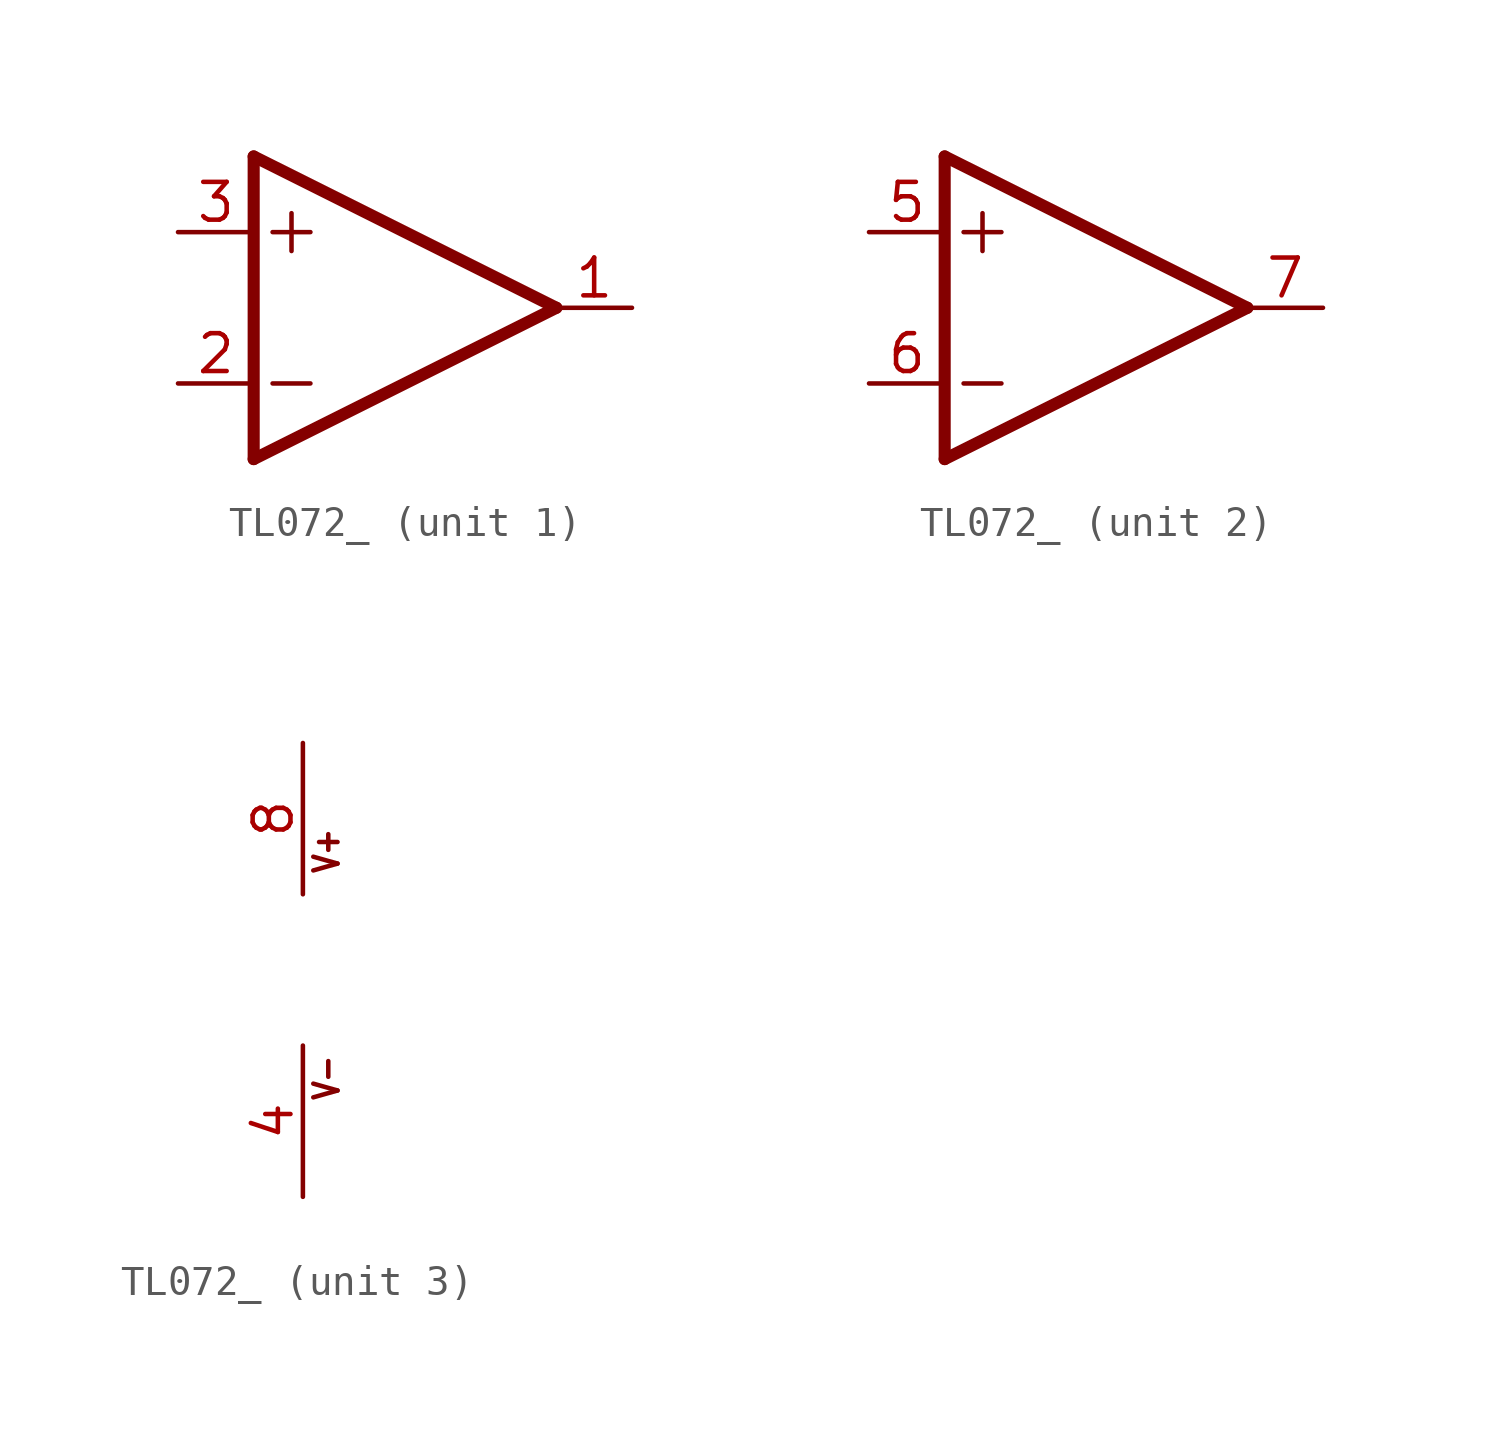
<source format=kicad_sym>
(kicad_symbol_lib
  (version 20231120)
  (generator "kicad_symbol_editor")
  (generator_version "8.0")
  (symbol "TL072_"
    (property "Reference" "U"
      (at 2.54 3.175 0)
      (effects (font (size 1.778 1.511)) (justify left bottom) (hide yes)))
    (property "ki_locked" ""
      (at 0 0 0)
      (effects (font (size 1.27 1.27))))
    (symbol "TL072__1_0"
      (polyline (pts (xy -5.08 -5.08) (xy 5.08 0)) (stroke (width 0.406) (type solid)) (fill (type none)))
      (polyline (pts (xy -5.08 5.08) (xy -5.08 -5.08)) (stroke (width 0.406) (type solid)) (fill (type none)))
      (polyline (pts (xy -4.445 -2.54) (xy -3.175 -2.54)) (stroke (width 0.152) (type solid)) (fill (type none)))
      (polyline (pts (xy -4.445 2.54) (xy -3.175 2.54)) (stroke (width 0.152) (type solid)) (fill (type none)))
      (polyline (pts (xy -3.81 3.175) (xy -3.81 1.905)) (stroke (width 0.152) (type solid)) (fill (type none)))
      (polyline (pts (xy 5.08 0) (xy -5.08 5.08)) (stroke (width 0.406) (type solid)) (fill (type none)))
      (pin output line (at 7.62 0 180) (length 2.54) (name "OUT" (effects (font (size 0 0)))) (number "1" (effects (font (size 1.27 1.27)))))
      (pin input line (at -7.62 -2.54 0) (length 2.54) (name "-IN" (effects (font (size 0 0)))) (number "2" (effects (font (size 1.27 1.27)))))
      (pin input line (at -7.62 2.54 0) (length 2.54) (name "+IN" (effects (font (size 0 0)))) (number "3" (effects (font (size 1.27 1.27))))))
    (symbol "TL072__2_0"
      (polyline (pts (xy -5.08 -5.08) (xy 5.08 0)) (stroke (width 0.406) (type solid)) (fill (type none)))
      (polyline (pts (xy -5.08 5.08) (xy -5.08 -5.08)) (stroke (width 0.406) (type solid)) (fill (type none)))
      (polyline (pts (xy -4.445 -2.54) (xy -3.175 -2.54)) (stroke (width 0.152) (type solid)) (fill (type none)))
      (polyline (pts (xy -4.445 2.54) (xy -3.175 2.54)) (stroke (width 0.152) (type solid)) (fill (type none)))
      (polyline (pts (xy -3.81 3.175) (xy -3.81 1.905)) (stroke (width 0.152) (type solid)) (fill (type none)))
      (polyline (pts (xy 5.08 0) (xy -5.08 5.08)) (stroke (width 0.406) (type solid)) (fill (type none)))
      (pin input line (at -7.62 2.54 0) (length 2.54) (name "+IN" (effects (font (size 0 0)))) (number "5" (effects (font (size 1.27 1.27)))))
      (pin input line (at -7.62 -2.54 0) (length 2.54) (name "-IN" (effects (font (size 0 0)))) (number "6" (effects (font (size 1.27 1.27)))))
      (pin output line (at 7.62 0 180) (length 2.54) (name "OUT" (effects (font (size 0 0)))) (number "7" (effects (font (size 1.27 1.27))))))
    (symbol "TL072__3_0"
      (text "V+" (at 1.27 3.175 900) (effects (font (size 0.813 0.691)) (justify left bottom)))
      (text "V-" (at 1.27 -4.445 900) (effects (font (size 0.813 0.691)) (justify left bottom)))
      (pin power_in line (at 0 -7.62 90) (length 5.08) (name "V-" (effects (font (size 0 0)))) (number "4" (effects (font (size 1.27 1.27)))))
      (pin power_in line (at 0 7.62 270) (length 5.08) (name "V+" (effects (font (size 0 0)))) (number "8" (effects (font (size 1.27 1.27))))))))
</source>
